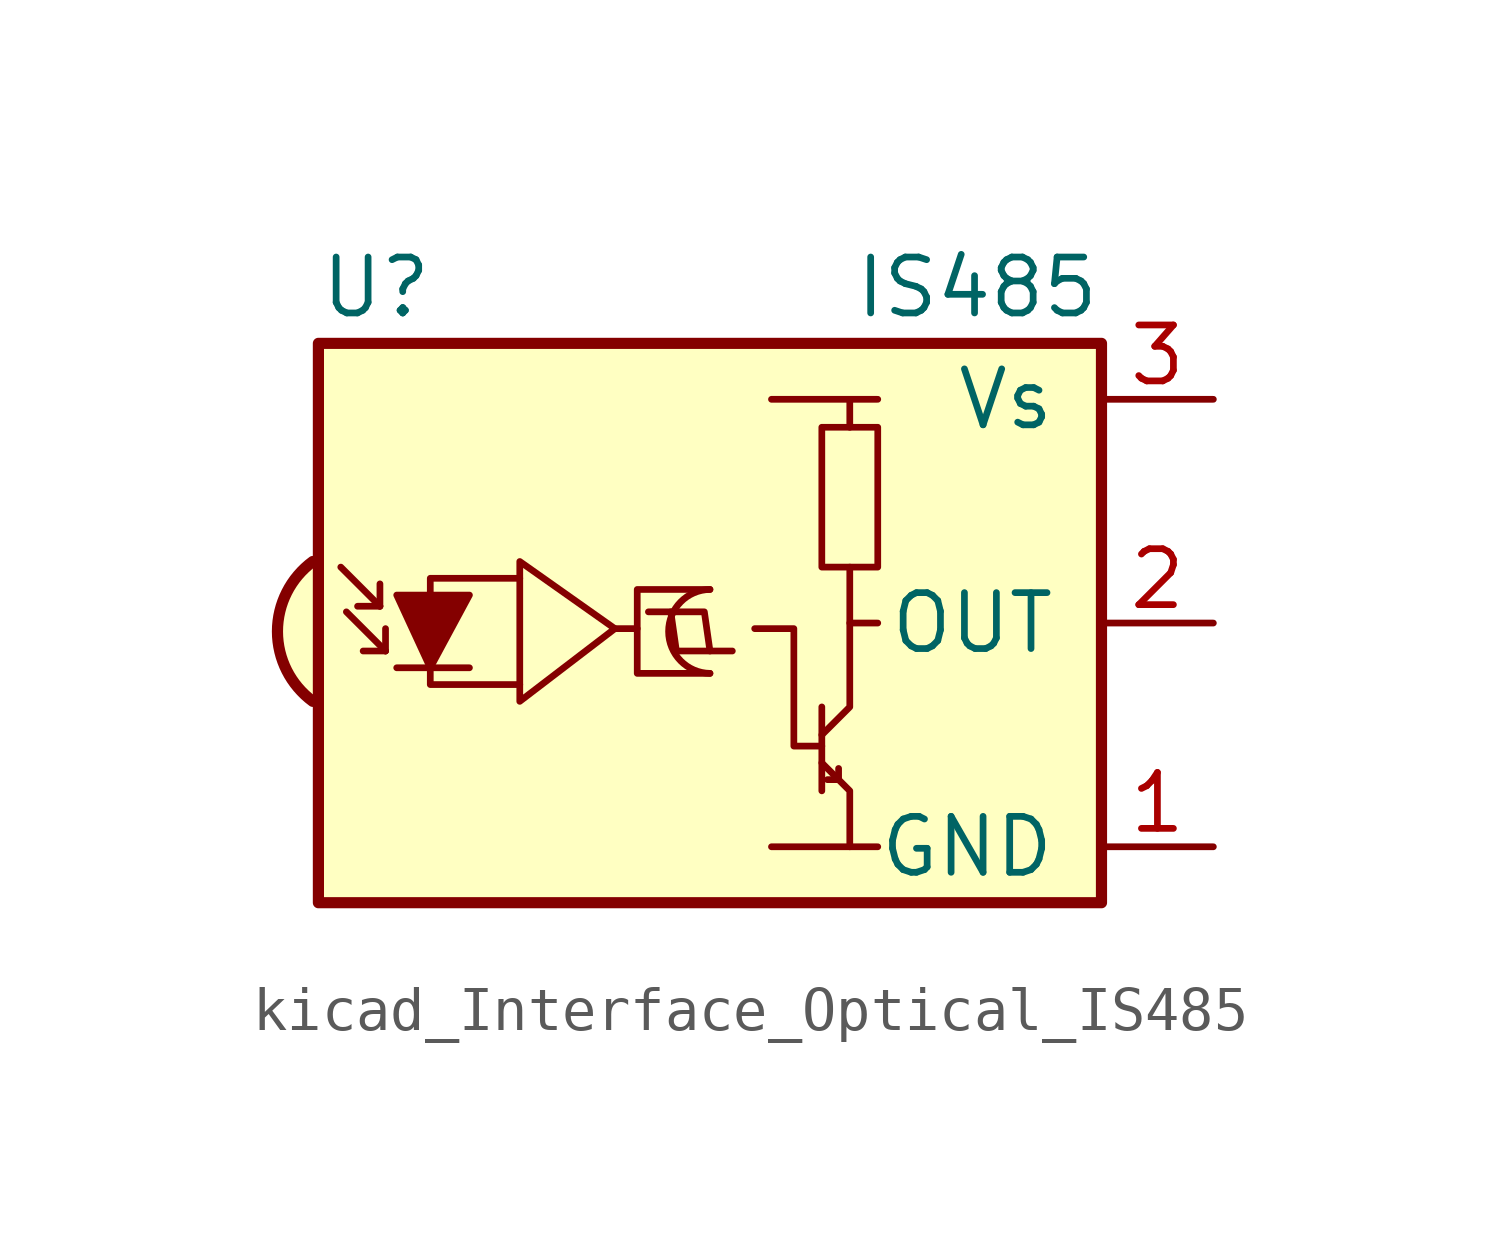
<source format=kicad_sym>
(kicad_symbol_lib
  (version 20220914)
  (generator kicad_symbol_editor)
  (symbol "kicad_Interface_Optical_IS485"
    (pin_names
      (offset 1.016))
    (property "Reference" "U"
      (at -10.16 7.62 0)
      (effects (font (size 1.27 1.27)) (justify left)))
    (property "Value" "IS485"
      (at 7.62 7.62 0)
      (effects (font (size 1.27 1.27)) (justify right)))
    (symbol "kicad_Interface_Optical_IS485_0_0"
      (arc (start -10.287 1.397) (mid -11.0899 -0.1852) (end -10.287 -1.778) (stroke (width 0.254) (type default)) (fill (type background)))
      (polyline (pts (xy 1.905 -5.08) (xy 0.127 -5.08)) (stroke (width 0) (type default)) (fill (type none)))
      (polyline (pts (xy 1.905 5.08) (xy 0.127 5.08)) (stroke (width 0) (type default)) (fill (type none))))
    (symbol "kicad_Interface_Optical_IS485_0_1"
      (arc (start -1.27 0.762) (mid -2.2099 -0.1905) (end -1.27 -1.143) (stroke (width 0) (type default)) (fill (type none)))
      (polyline (pts (xy -8.763 0.381) (xy -9.652 1.27)) (stroke (width 0) (type default)) (fill (type none)))
      (polyline (pts (xy -8.763 0.381) (xy -9.271 0.381)) (stroke (width 0) (type default)) (fill (type none)))
      (polyline (pts (xy -8.763 0.381) (xy -8.763 0.889)) (stroke (width 0) (type default)) (fill (type none)))
      (polyline (pts (xy -8.636 -0.635) (xy -9.525 0.254)) (stroke (width 0) (type default)) (fill (type none)))
      (polyline (pts (xy -8.636 -0.635) (xy -9.144 -0.635)) (stroke (width 0) (type default)) (fill (type none)))
      (polyline (pts (xy -8.636 -0.635) (xy -8.636 -0.127)) (stroke (width 0) (type default)) (fill (type none)))
      (polyline (pts (xy -8.382 -1.016) (xy -6.731 -1.016)) (stroke (width 0) (type default)) (fill (type none)))
      (polyline (pts (xy -3.429 -0.127) (xy -2.921 -0.127)) (stroke (width 0) (type default)) (fill (type none)))
      (polyline (pts (xy 1.27 -1.905) (xy 1.27 -3.81)) (stroke (width 0) (type default)) (fill (type none)))
      (polyline (pts (xy 1.397 -3.556) (xy 1.524 -3.556)) (stroke (width 0) (type default)) (fill (type none)))
      (polyline (pts (xy 1.651 -3.556) (xy 1.524 -3.556)) (stroke (width 0) (type default)) (fill (type none)))
      (polyline (pts (xy 1.651 -3.556) (xy 1.651 -3.302)) (stroke (width 0) (type default)) (fill (type none)))
      (polyline (pts (xy 1.905 0) (xy 1.905 1.27)) (stroke (width 0) (type default)) (fill (type none)))
      (polyline (pts (xy -2.667 0.254) (xy -1.397 0.254) (xy -1.27 -0.635)) (stroke (width 0) (type default)) (fill (type none)))
      (polyline (pts (xy -0.762 -0.635) (xy -2.032 -0.635) (xy -2.159 0.254)) (stroke (width 0) (type default)) (fill (type none)))
      (polyline (pts (xy 1.905 4.445) (xy 1.905 5.08) (xy 2.54 5.08)) (stroke (width 0) (type default)) (fill (type none)))
      (polyline (pts (xy -8.382 0.635) (xy -6.731 0.635) (xy -7.62 -1.016) (xy -8.382 0.635)) (stroke (width 0) (type default)) (fill (type outline)))
      (polyline (pts (xy -5.588 -1.397) (xy -7.62 -1.397) (xy -7.62 1.016) (xy -5.588 1.016)) (stroke (width 0) (type default)) (fill (type none)))
      (polyline (pts (xy -3.429 -0.127) (xy -5.588 1.397) (xy -5.588 -1.778) (xy -3.429 -0.127)) (stroke (width 0) (type default)) (fill (type none)))
      (polyline (pts (xy -1.27 0.762) (xy -2.921 0.762) (xy -2.921 -1.143) (xy -1.27 -1.143)) (stroke (width 0) (type default)) (fill (type none)))
      (polyline (pts (xy 1.27 -3.175) (xy 1.905 -3.81) (xy 1.905 -5.08) (xy 2.54 -5.08)) (stroke (width 0) (type default)) (fill (type none)))
      (polyline (pts (xy 1.27 -2.794) (xy 0.635 -2.794) (xy 0.635 -0.127) (xy -0.254 -0.127)) (stroke (width 0) (type default)) (fill (type none)))
      (polyline (pts (xy 1.27 -2.54) (xy 1.905 -1.905) (xy 1.905 0) (xy 2.54 0)) (stroke (width 0) (type default)) (fill (type none)))
      (rectangle (start 2.54 1.27) (end 1.27 4.445) (stroke (width 0) (type default)) (fill (type none)))
      (rectangle (start 7.62 6.35) (end -10.16 -6.35) (stroke (width 0.254) (type default)) (fill (type background))))
    (symbol "kicad_Interface_Optical_IS485_1_1"
      (pin power_in line (at 10.16 -5.08 180) (length 2.54) (name "GND" (effects (font (size 1.27 1.27)))) (number "1" (effects (font (size 1.27 1.27)))))
      (pin output line (at 10.16 0 180) (length 2.54) (name "OUT" (effects (font (size 1.27 1.27)))) (number "2" (effects (font (size 1.27 1.27)))))
      (pin power_in line (at 10.16 5.08 180) (length 2.54) (name "Vs" (effects (font (size 1.27 1.27)))) (number "3" (effects (font (size 1.27 1.27))))))))
</source>
